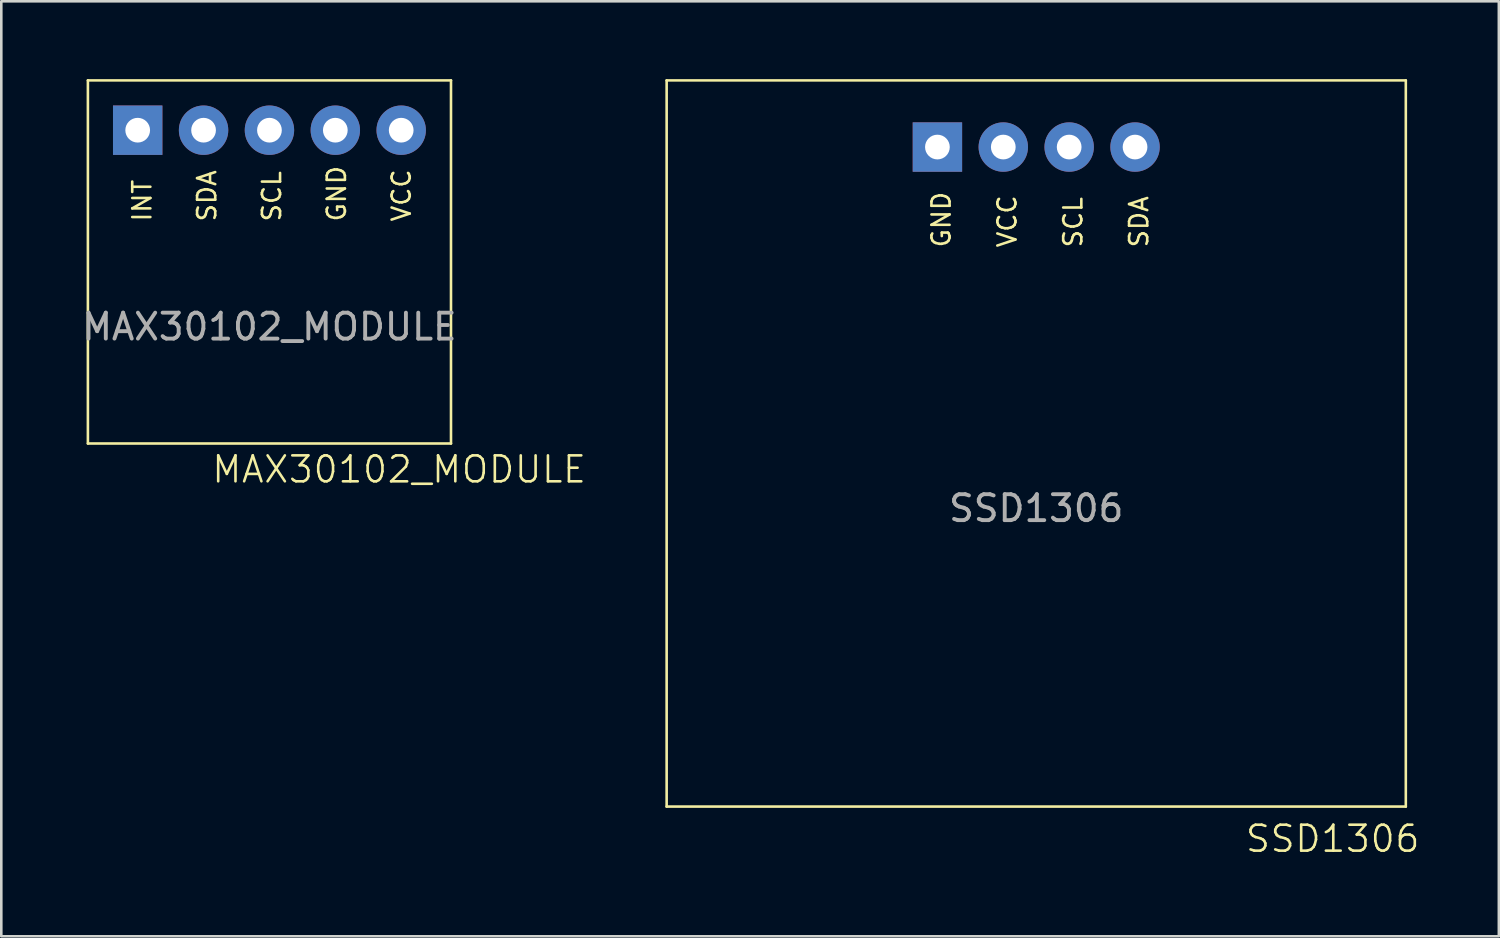
<source format=kicad_pcb>
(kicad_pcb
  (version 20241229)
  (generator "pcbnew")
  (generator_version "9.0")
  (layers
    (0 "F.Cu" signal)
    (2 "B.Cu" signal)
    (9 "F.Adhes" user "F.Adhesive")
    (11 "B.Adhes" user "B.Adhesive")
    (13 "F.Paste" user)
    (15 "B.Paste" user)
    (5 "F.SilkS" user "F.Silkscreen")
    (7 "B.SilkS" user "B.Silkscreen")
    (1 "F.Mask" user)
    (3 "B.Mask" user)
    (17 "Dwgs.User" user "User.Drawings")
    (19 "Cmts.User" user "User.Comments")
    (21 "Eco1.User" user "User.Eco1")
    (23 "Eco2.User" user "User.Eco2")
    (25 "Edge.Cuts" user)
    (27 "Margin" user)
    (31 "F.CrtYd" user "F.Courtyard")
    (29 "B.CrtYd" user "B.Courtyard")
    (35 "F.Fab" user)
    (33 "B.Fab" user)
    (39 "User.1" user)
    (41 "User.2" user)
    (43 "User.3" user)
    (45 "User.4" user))
  (footprint "MAX30102_MODULE"
    (layer "F.Cu")
    (at 7.339 7.05)
    (property "Reference" "MAX30102_MODULE" (at 5 8 0) (unlocked yes) (layer "F.SilkS") (effects (font (size 1 1) (thickness 0.1))))
    (attr through_hole)
    (fp_line (start -7 -7) (end 7 -7) (stroke (width 0.1) (type default)) (layer "F.SilkS"))
    (fp_line (start -7 7) (end -7 -7) (stroke (width 0.1) (type default)) (layer "F.SilkS"))
    (fp_line (start 7 -7) (end 7 7) (stroke (width 0.1) (type default)) (layer "F.SilkS"))
    (fp_line (start 7 7) (end -7 7) (stroke (width 0.1) (type default)) (layer "F.SilkS"))
    (fp_text user "SDA" (at -2 -1.5 90) (unlocked yes) (layer "F.SilkS") (effects (font (size 0.7 0.7) (thickness 0.1)) (justify left bottom)))
    (fp_text user "VCC" (at 5.5 -1.5 90) (unlocked yes) (layer "F.SilkS") (effects (font (size 0.7 0.7) (thickness 0.1)) (justify left bottom)))
    (fp_text user "INT" (at -4.5 -1.5 90) (unlocked yes) (layer "F.SilkS") (effects (font (size 0.7 0.7) (thickness 0.1)) (justify left bottom)))
    (fp_text user "GND" (at 3 -1.5 90) (unlocked yes) (layer "F.SilkS") (effects (font (size 0.7 0.7) (thickness 0.1)) (justify left bottom)))
    (fp_text user "SCL" (at 0.5 -1.5 90) (unlocked yes) (layer "F.SilkS") (effects (font (size 0.7 0.7) (thickness 0.1)) (justify left bottom)))
    (fp_text user "${REFERENCE}" (at 0 2.5 0) (unlocked yes) (layer "F.Fab") (effects (font (size 1 1) (thickness 0.15))))
    (pad "1" thru_hole rect (at -5.08 -5.08) (size 1.905 1.905) (drill 0.953) (layers "*.Cu" "*.Mask"))
    (pad "2" thru_hole circle (at -2.54 -5.08) (size 1.905 1.905) (drill 0.953) (layers "*.Cu" "*.Mask"))
    (pad "3" thru_hole circle (at 0 -5.08) (size 1.905 1.905) (drill 0.953) (layers "*.Cu" "*.Mask"))
    (pad "4" thru_hole circle (at 2.54 -5.08) (size 1.905 1.905) (drill 0.953) (layers "*.Cu" "*.Mask"))
    (pad "5" thru_hole circle (at 5.08 -5.08) (size 1.905 1.905) (drill 0.953) (layers "*.Cu" "*.Mask"))
    (zone (net_name "") (layer "F.SilkS") (hatch edge 0.5) (connect_pads) (min_thickness 0.25) (filled_areas_thickness no) (keepout (tracks allowed) (vias allowed) (pads not_allowed) (copperpour allowed) (footprints not_allowed)) (placement (enabled no)) (fill) (polygon (pts (xy 0.339 0.05) (xy 14.339 0.05) (xy 14.339 14.05) (xy 0.339 14.05)))))
  (footprint "SSD1306"
    (layer "F.Cu")
    (at 36.904 14.05)
    (property "Reference" "SSD1306" (at 11.43 15.24 0) (unlocked yes) (layer "F.SilkS") (effects (font (size 1 1) (thickness 0.1))))
    (attr through_hole)
    (fp_line (start -14.25 -14) (end 14.25 -14) (stroke (width 0.1) (type default)) (layer "F.SilkS"))
    (fp_line (start -14.25 14) (end -14.25 -14) (stroke (width 0.1) (type default)) (layer "F.SilkS"))
    (fp_line (start 14.25 -14) (end 14.25 14) (stroke (width 0.1) (type default)) (layer "F.SilkS"))
    (fp_line (start 14.25 14) (end -14.25 14) (stroke (width 0.1) (type default)) (layer "F.SilkS"))
    (fp_text user "SCL" (at 1.83 -7.5 90) (unlocked yes) (layer "F.SilkS") (effects (font (size 0.7 0.7) (thickness 0.1)) (justify left bottom)))
    (fp_text user "GND" (at -3.25 -7.5 90) (unlocked yes) (layer "F.SilkS") (effects (font (size 0.7 0.7) (thickness 0.1)) (justify left bottom)))
    (fp_text user "VCC" (at -0.71 -7.5 90) (unlocked yes) (layer "F.SilkS") (effects (font (size 0.7 0.7) (thickness 0.1)) (justify left bottom)))
    (fp_text user "SDA" (at 4.37 -7.5 90) (unlocked yes) (layer "F.SilkS") (effects (font (size 0.7 0.7) (thickness 0.1)) (justify left bottom)))
    (fp_text user "${REFERENCE}" (at 0 2.5 0) (unlocked yes) (layer "F.Fab") (effects (font (size 1 1) (thickness 0.15))))
    (pad "1" thru_hole rect (at -3.81 -11.43) (size 1.905 1.905) (drill 0.953) (layers "*.Cu" "*.Mask"))
    (pad "2" thru_hole circle (at -1.27 -11.43) (size 1.905 1.905) (drill 0.953) (layers "*.Cu" "*.Mask"))
    (pad "3" thru_hole circle (at 1.27 -11.43) (size 1.905 1.905) (drill 0.953) (layers "*.Cu" "*.Mask"))
    (pad "4" thru_hole circle (at 3.81 -11.43) (size 1.905 1.905) (drill 0.953) (layers "*.Cu" "*.Mask"))
    (zone (net_name "") (layer "F.SilkS") (hatch edge 0.5) (connect_pads) (min_thickness 0.25) (filled_areas_thickness no) (keepout (tracks allowed) (vias allowed) (pads not_allowed) (copperpour allowed) (footprints not_allowed)) (placement (enabled no)) (fill) (polygon (pts (xy 22.654 0.05) (xy 51.154 0.05) (xy 51.154 28.05) (xy 22.654 28.05)))))
  (gr_rect
    (start -3 -3)
    (end 54.741 33.05)
    (stroke (width 0.1) (type default))
    (fill no)
    (layer "Edge.Cuts")))
</source>
